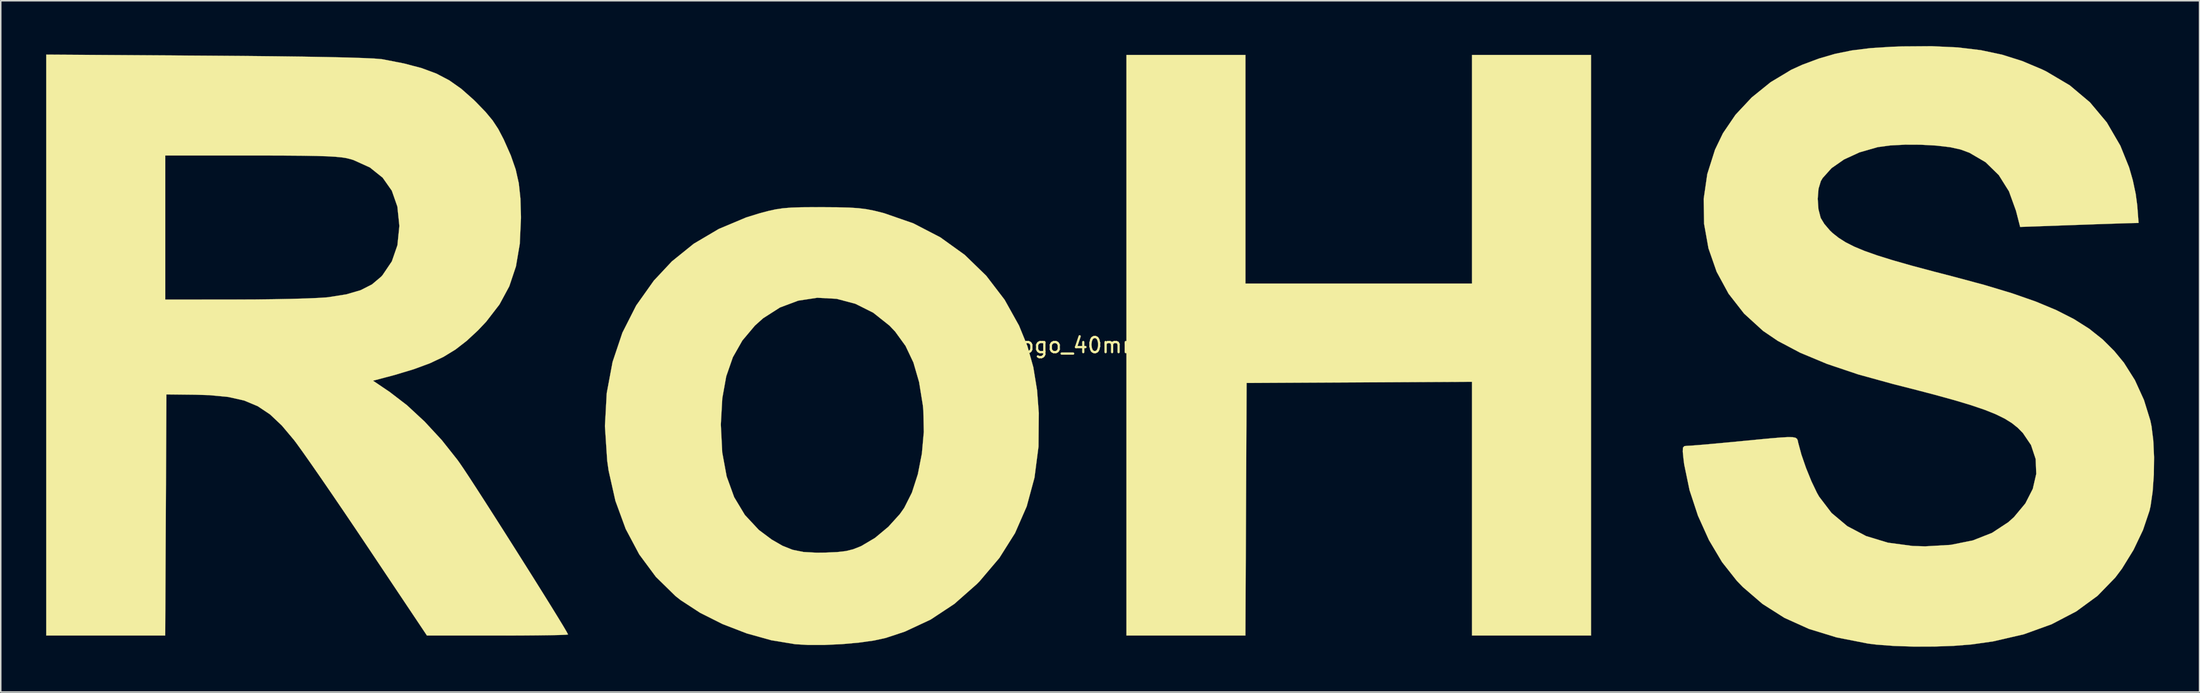
<source format=kicad_pcb>
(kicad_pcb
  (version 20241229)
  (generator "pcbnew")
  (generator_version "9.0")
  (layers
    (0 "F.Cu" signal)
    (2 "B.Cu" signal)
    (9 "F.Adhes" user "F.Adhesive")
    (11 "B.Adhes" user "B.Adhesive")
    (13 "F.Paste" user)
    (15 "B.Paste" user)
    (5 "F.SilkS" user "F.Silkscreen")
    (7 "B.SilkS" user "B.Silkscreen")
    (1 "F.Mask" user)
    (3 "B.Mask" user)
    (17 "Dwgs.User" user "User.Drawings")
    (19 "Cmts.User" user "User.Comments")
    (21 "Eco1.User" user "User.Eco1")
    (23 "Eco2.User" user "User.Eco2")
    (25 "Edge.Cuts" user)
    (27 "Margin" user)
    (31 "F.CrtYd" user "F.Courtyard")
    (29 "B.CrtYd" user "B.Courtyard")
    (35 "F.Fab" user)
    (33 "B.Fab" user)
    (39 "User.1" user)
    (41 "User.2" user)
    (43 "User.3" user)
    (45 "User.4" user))
  (footprint "RoHS-Logo_40mm_SilkScreen"
    (layer "F.Cu")
    (at 69.704 19.785)
    (property "Reference" "RoHS-Logo_40mm_SilkScreen" (at 0 0 0) (layer "F.SilkS") (effects (font (size 1 1) (thickness 0.15))))
    (attr exclude_from_pos_files exclude_from_bom allow_missing_courtyard)
    (fp_poly (pts (xy 9.525 -4.082) (xy 24.493 -4.082) (xy 24.493 -19.201) (xy 32.355 -19.201) (xy 32.355 19.201) (xy 24.493 19.201) (xy 24.493 2.416) (xy 9.601 2.495) (xy 9.522 19.201) (xy 1.663 19.201) (xy 1.663 -19.201) (xy 9.525 -19.201) (xy 9.525 -4.082)) (stroke (width 0.01) (type solid)) (fill yes) (layer "F.SilkS"))
    (fp_poly (pts (xy -18.445 -9.132) (xy -17.436 -9.125) (xy -16.658 -9.106) (xy -16.041 -9.066) (xy -15.514 -9) (xy -15.006 -8.901) (xy -14.447 -8.762) (xy -14.353 -8.737) (xy -12.419 -8.065) (xy -10.635 -7.14) (xy -9.022 -5.979) (xy -7.599 -4.597) (xy -6.387 -3.012) (xy -5.434 -1.302) (xy -4.88 0.057) (xy -4.489 1.453) (xy -4.242 2.971) (xy -4.128 4.476) (xy -4.147 6.701) (xy -4.412 8.758) (xy -4.927 10.661) (xy -5.698 12.426) (xy -6.732 14.068) (xy -8.033 15.603) (xy -8.233 15.806) (xy -9.709 17.11) (xy -11.273 18.144) (xy -12.977 18.94) (xy -14.238 19.359) (xy -15.027 19.531) (xy -16.025 19.67) (xy -17.142 19.769) (xy -18.285 19.822) (xy -19.365 19.823) (xy -20.216 19.773) (xy -21.794 19.513) (xy -23.421 19.059) (xy -25.017 18.443) (xy -26.5 17.698) (xy -27.791 16.856) (xy -28.134 16.585) (xy -29.425 15.319) (xy -30.524 13.834) (xy -31.418 12.152) (xy -32.097 10.296) (xy -32.548 8.29) (xy -32.641 7.635) (xy -32.791 5.346) (xy -32.788 5.292) (xy -25.132 5.292) (xy -25.04 7.093) (xy -24.749 8.675) (xy -24.252 10.048) (xy -23.545 11.224) (xy -22.623 12.214) (xy -21.771 12.851) (xy -21.063 13.26) (xy -20.397 13.526) (xy -19.679 13.672) (xy -18.812 13.72) (xy -18.218 13.713) (xy -17.441 13.678) (xy -16.865 13.611) (xy -16.39 13.493) (xy -15.917 13.306) (xy -15.842 13.272) (xy -14.947 12.74) (xy -14.069 12.008) (xy -13.309 11.168) (xy -13.02 10.757) (xy -12.511 9.746) (xy -12.117 8.522) (xy -11.851 7.161) (xy -11.725 5.735) (xy -11.755 4.319) (xy -11.789 3.967) (xy -12.036 2.435) (xy -12.411 1.142) (xy -12.932 0.043) (xy -13.618 -0.904) (xy -13.994 -1.3) (xy -15.066 -2.152) (xy -16.244 -2.742) (xy -17.489 -3.072) (xy -18.761 -3.141) (xy -20.02 -2.95) (xy -21.226 -2.498) (xy -22.34 -1.785) (xy -22.883 -1.298) (xy -23.711 -0.313) (xy -24.338 0.792) (xy -24.776 2.054) (xy -25.036 3.505) (xy -25.131 5.18) (xy -25.132 5.292) (xy -32.788 5.292) (xy -32.671 3.164) (xy -32.285 1.101) (xy -31.636 -0.834) (xy -30.726 -2.629) (xy -29.561 -4.273) (xy -28.369 -5.547) (xy -26.922 -6.716) (xy -25.268 -7.694) (xy -23.455 -8.456) (xy -22.59 -8.724) (xy -22.012 -8.878) (xy -21.515 -8.988) (xy -21.027 -9.061) (xy -20.479 -9.105) (xy -19.801 -9.127) (xy -18.922 -9.133) (xy -18.445 -9.132)) (stroke (width 0.01) (type solid)) (fill yes) (layer "F.SilkS"))
    (fp_poly (pts (xy -59.078 -19.153) (xy -56.703 -19.135) (xy -54.581 -19.113) (xy -52.719 -19.089) (xy -51.124 -19.061) (xy -49.802 -19.031) (xy -48.761 -18.997) (xy -48.007 -18.962) (xy -47.546 -18.923) (xy -47.474 -18.913) (xy -46.07 -18.639) (xy -44.909 -18.334) (xy -43.93 -17.971) (xy -43.074 -17.522) (xy -42.279 -16.961) (xy -41.486 -16.259) (xy -41.317 -16.094) (xy -40.681 -15.437) (xy -40.211 -14.871) (xy -39.836 -14.301) (xy -39.487 -13.633) (xy -39.468 -13.593) (xy -39.008 -12.555) (xy -38.686 -11.629) (xy -38.481 -10.716) (xy -38.373 -9.714) (xy -38.338 -8.525) (xy -38.338 -8.391) (xy -38.417 -6.698) (xy -38.668 -5.217) (xy -39.108 -3.899) (xy -39.758 -2.695) (xy -40.635 -1.557) (xy -41.185 -0.976) (xy -41.924 -0.29) (xy -42.663 0.283) (xy -43.457 0.769) (xy -44.359 1.194) (xy -45.421 1.586) (xy -46.698 1.971) (xy -47.604 2.212) (xy -48.112 2.343) (xy -46.999 3.097) (xy -45.867 3.967) (xy -44.7 5.05) (xy -43.567 6.275) (xy -42.538 7.574) (xy -42.386 7.786) (xy -42.126 8.168) (xy -41.748 8.74) (xy -41.273 9.471) (xy -40.72 10.329) (xy -40.11 11.283) (xy -39.462 12.301) (xy -38.796 13.352) (xy -38.133 14.403) (xy -37.491 15.423) (xy -36.892 16.381) (xy -36.355 17.245) (xy -35.9 17.984) (xy -35.547 18.564) (xy -35.317 18.956) (xy -35.228 19.127) (xy -35.227 19.13) (xy -35.372 19.148) (xy -35.784 19.164) (xy -36.424 19.178) (xy -37.258 19.189) (xy -38.248 19.197) (xy -39.358 19.201) (xy -39.888 19.201) (xy -44.548 19.201) (xy -48.411 13.418) (xy -49.243 12.176) (xy -50.062 10.964) (xy -50.844 9.815) (xy -51.566 8.762) (xy -52.206 7.839) (xy -52.74 7.079) (xy -53.145 6.516) (xy -53.33 6.269) (xy -54.132 5.314) (xy -54.911 4.577) (xy -55.724 4.033) (xy -56.627 3.655) (xy -57.675 3.42) (xy -58.925 3.3) (xy -59.863 3.272) (xy -61.761 3.251) (xy -61.8 11.226) (xy -61.84 19.201) (xy -69.699 19.201) (xy -69.699 -12.549) (xy -61.837 -12.549) (xy -61.837 -3.024) (xy -57.112 -3.025) (xy -55.872 -3.03) (xy -54.665 -3.045) (xy -53.54 -3.067) (xy -52.551 -3.095) (xy -51.747 -3.129) (xy -51.18 -3.166) (xy -51.066 -3.178) (xy -49.876 -3.367) (xy -48.931 -3.642) (xy -48.181 -4.024) (xy -47.577 -4.533) (xy -47.487 -4.632) (xy -46.868 -5.549) (xy -46.499 -6.616) (xy -46.374 -7.85) (xy -46.374 -7.938) (xy -46.503 -9.173) (xy -46.869 -10.221) (xy -47.473 -11.081) (xy -48.315 -11.757) (xy -49.396 -12.247) (xy -49.595 -12.309) (xy -49.852 -12.373) (xy -50.173 -12.425) (xy -50.59 -12.466) (xy -51.134 -12.497) (xy -51.836 -12.519) (xy -52.729 -12.535) (xy -53.842 -12.544) (xy -55.209 -12.548) (xy -56.119 -12.549) (xy -61.837 -12.549) (xy -69.699 -12.549) (xy -69.699 -19.223) (xy -59.078 -19.153)) (stroke (width 0.01) (type solid)) (fill yes) (layer "F.SilkS"))
    (fp_poly (pts (xy 56.578 -19.7) (xy 58.106 -19.517) (xy 59.507 -19.22) (xy 60.832 -18.802) (xy 62.137 -18.252) (xy 62.425 -18.113) (xy 63.982 -17.191) (xy 65.316 -16.067) (xy 66.429 -14.737) (xy 67.324 -13.198) (xy 67.902 -11.764) (xy 68.147 -10.911) (xy 68.338 -10.009) (xy 68.438 -9.262) (xy 68.528 -8.089) (xy 68.093 -8.08) (xy 67.819 -8.073) (xy 67.293 -8.056) (xy 66.564 -8.032) (xy 65.681 -8.002) (xy 64.693 -7.967) (xy 64.18 -7.949) (xy 60.703 -7.826) (xy 60.428 -8.895) (xy 59.964 -10.18) (xy 59.292 -11.253) (xy 58.419 -12.106) (xy 57.355 -12.73) (xy 56.772 -12.946) (xy 56.072 -13.1) (xy 55.166 -13.206) (xy 54.145 -13.263) (xy 53.104 -13.267) (xy 52.133 -13.216) (xy 51.325 -13.108) (xy 51.267 -13.096) (xy 50.092 -12.758) (xy 49.069 -12.288) (xy 48.242 -11.712) (xy 47.656 -11.058) (xy 47.536 -10.855) (xy 47.383 -10.347) (xy 47.33 -9.684) (xy 47.378 -8.998) (xy 47.527 -8.422) (xy 47.527 -8.422) (xy 47.766 -8.026) (xy 48.136 -7.591) (xy 48.316 -7.419) (xy 48.712 -7.105) (xy 49.175 -6.811) (xy 49.733 -6.527) (xy 50.416 -6.242) (xy 51.254 -5.945) (xy 52.277 -5.625) (xy 53.515 -5.272) (xy 54.998 -4.875) (xy 56.243 -4.553) (xy 58.335 -3.991) (xy 60.155 -3.443) (xy 61.729 -2.893) (xy 63.087 -2.327) (xy 64.257 -1.731) (xy 65.267 -1.091) (xy 66.146 -0.392) (xy 66.92 0.379) (xy 67.558 1.154) (xy 68.283 2.303) (xy 68.883 3.619) (xy 69.303 4.974) (xy 69.383 5.357) (xy 69.5 6.301) (xy 69.55 7.405) (xy 69.535 8.564) (xy 69.457 9.676) (xy 69.319 10.635) (xy 69.25 10.943) (xy 68.821 12.218) (xy 68.194 13.535) (xy 67.431 14.775) (xy 66.989 15.364) (xy 65.82 16.569) (xy 64.414 17.601) (xy 62.784 18.453) (xy 60.944 19.118) (xy 58.908 19.589) (xy 57.484 19.79) (xy 56.31 19.882) (xy 55 19.929) (xy 53.651 19.93) (xy 52.356 19.887) (xy 51.211 19.8) (xy 50.649 19.73) (xy 48.582 19.325) (xy 46.753 18.763) (xy 45.13 18.03) (xy 43.684 17.111) (xy 42.386 15.993) (xy 41.987 15.581) (xy 41.011 14.344) (xy 40.144 12.885) (xy 39.418 11.275) (xy 38.862 9.585) (xy 38.509 7.884) (xy 38.463 7.522) (xy 38.414 7.034) (xy 38.425 6.774) (xy 38.518 6.671) (xy 38.713 6.652) (xy 38.723 6.652) (xy 38.979 6.638) (xy 39.484 6.598) (xy 40.187 6.538) (xy 41.037 6.46) (xy 41.981 6.371) (xy 42.182 6.352) (xy 43.342 6.239) (xy 44.236 6.155) (xy 44.9 6.1) (xy 45.37 6.075) (xy 45.68 6.081) (xy 45.867 6.12) (xy 45.965 6.192) (xy 46.011 6.298) (xy 46.04 6.44) (xy 46.045 6.463) (xy 46.253 7.232) (xy 46.559 8.118) (xy 46.917 9) (xy 47.279 9.758) (xy 47.422 10.011) (xy 48.246 11.093) (xy 49.283 11.963) (xy 50.525 12.619) (xy 51.966 13.057) (xy 53.599 13.275) (xy 54.429 13.3) (xy 56.115 13.202) (xy 57.582 12.907) (xy 58.846 12.408) (xy 59.919 11.703) (xy 60.295 11.365) (xy 61.046 10.462) (xy 61.538 9.497) (xy 61.767 8.507) (xy 61.729 7.529) (xy 61.421 6.599) (xy 60.885 5.806) (xy 60.548 5.462) (xy 60.155 5.147) (xy 59.678 4.851) (xy 59.089 4.562) (xy 58.36 4.27) (xy 57.464 3.965) (xy 56.374 3.637) (xy 55.06 3.274) (xy 53.496 2.866) (xy 52.358 2.578) (xy 50.01 1.931) (xy 47.947 1.236) (xy 46.174 0.496) (xy 44.694 -0.288) (xy 43.721 -0.948) (xy 42.464 -2.095) (xy 41.439 -3.411) (xy 40.652 -4.86) (xy 40.112 -6.41) (xy 39.824 -8.027) (xy 39.796 -9.675) (xy 40.034 -11.323) (xy 40.545 -12.936) (xy 41.067 -14.021) (xy 41.899 -15.246) (xy 42.97 -16.39) (xy 44.218 -17.399) (xy 45.58 -18.219) (xy 46.298 -18.547) (xy 47.409 -18.963) (xy 48.479 -19.275) (xy 49.586 -19.5) (xy 50.805 -19.651) (xy 52.213 -19.741) (xy 52.919 -19.766) (xy 54.866 -19.78) (xy 56.578 -19.7)) (stroke (width 0.01) (type solid)) (fill yes) (layer "F.SilkS")))
  (gr_rect
    (start -3 -3)
    (end 142.259 42.72)
    (stroke (width 0.1) (type default))
    (fill no)
    (layer "Edge.Cuts")))
</source>
